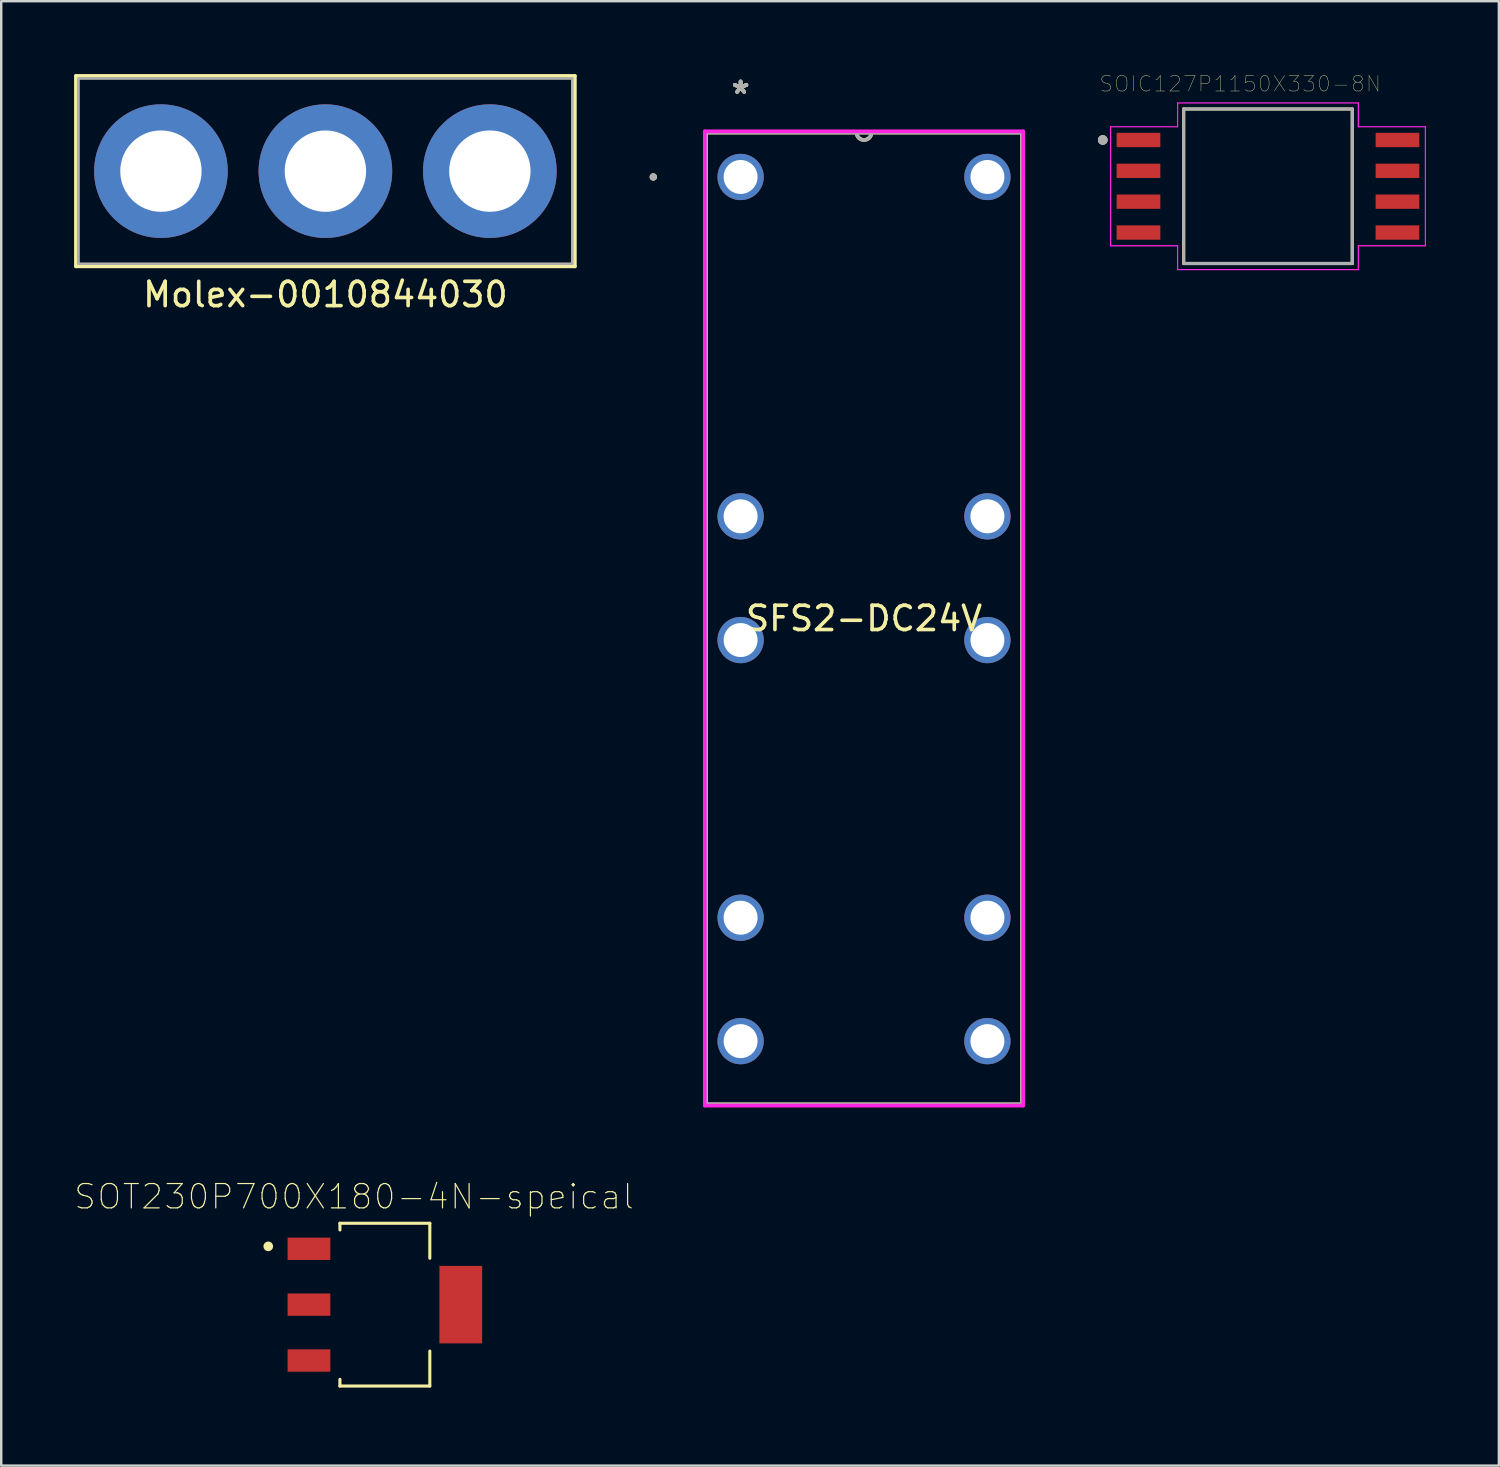
<source format=kicad_pcb>
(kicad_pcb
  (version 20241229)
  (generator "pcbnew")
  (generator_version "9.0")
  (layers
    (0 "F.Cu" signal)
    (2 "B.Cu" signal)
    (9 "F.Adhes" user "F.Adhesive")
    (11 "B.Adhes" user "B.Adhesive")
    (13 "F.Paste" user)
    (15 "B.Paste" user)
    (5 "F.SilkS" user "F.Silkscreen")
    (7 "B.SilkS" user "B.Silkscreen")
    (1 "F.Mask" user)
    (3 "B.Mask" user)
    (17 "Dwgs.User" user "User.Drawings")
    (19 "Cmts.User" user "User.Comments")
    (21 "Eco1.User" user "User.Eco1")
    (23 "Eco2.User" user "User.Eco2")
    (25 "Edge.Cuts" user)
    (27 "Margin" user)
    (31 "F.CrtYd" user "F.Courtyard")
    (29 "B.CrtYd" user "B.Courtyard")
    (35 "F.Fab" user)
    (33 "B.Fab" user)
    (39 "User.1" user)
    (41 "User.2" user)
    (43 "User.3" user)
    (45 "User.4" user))
  (footprint "SOT230P700X180-4N-speical"
    (layer "F.Cu")
    (at 12.793 50.656)
    (property "Reference" "SOT230P700X180-4N-speical" (at -1.27 -4.445 0) (layer "F.SilkS") (effects (font (size 1 1) (thickness 0.05))))
    (attr smd)
    (fp_line (start -1.85 -3.35) (end 1.85 -3.35) (stroke (width 0.127) (type solid)) (layer "F.SilkS"))
    (fp_line (start -1.85 -3.075) (end -1.85 -3.35) (stroke (width 0.127) (type solid)) (layer "F.SilkS"))
    (fp_line (start -1.85 3.35) (end -1.85 3.075) (stroke (width 0.127) (type solid)) (layer "F.SilkS"))
    (fp_line (start 1.85 -3.35) (end 1.85 -1.91) (stroke (width 0.127) (type solid)) (layer "F.SilkS"))
    (fp_line (start 1.85 1.91) (end 1.85 3.35) (stroke (width 0.127) (type solid)) (layer "F.SilkS"))
    (fp_line (start 1.85 3.35) (end -1.85 3.35) (stroke (width 0.127) (type solid)) (layer "F.SilkS"))
    (fp_circle (center -4.8 -2.4) (end -4.7 -2.4) (stroke (width 0.2) (type solid)) (fill no) (layer "F.SilkS"))
    (fp_line (start -4.26 -3.6) (end 4.26 -3.6) (stroke (width 0.05) (type solid)) (layer "Eco1.User"))
    (fp_line (start -4.26 3.6) (end -4.26 -3.6) (stroke (width 0.05) (type solid)) (layer "Eco1.User"))
    (fp_line (start 4.26 -3.6) (end 4.26 3.6) (stroke (width 0.05) (type solid)) (layer "Eco1.User"))
    (fp_line (start 4.26 3.6) (end -4.26 3.6) (stroke (width 0.05) (type solid)) (layer "Eco1.User"))
    (fp_line (start -1.85 -3.35) (end -1.85 3.35) (stroke (width 0.127) (type solid)) (layer "Eco2.User"))
    (fp_line (start -1.85 3.35) (end 1.85 3.35) (stroke (width 0.127) (type solid)) (layer "Eco2.User"))
    (fp_line (start 1.85 -3.35) (end -1.85 -3.35) (stroke (width 0.127) (type solid)) (layer "Eco2.User"))
    (fp_line (start 1.85 3.35) (end 1.85 -3.35) (stroke (width 0.127) (type solid)) (layer "Eco2.User"))
    (fp_circle (center -4.8 -2.4) (end -4.7 -2.4) (stroke (width 0.2) (type solid)) (fill no) (layer "Eco2.User"))
    (pad "1" smd rect (at -3.125 0) (size 1.76 0.92) (layers "F.Cu" "F.Mask" "F.Paste"))
    (pad "2" smd rect (at -3.125 -2.3) (size 1.76 0.92) (layers "F.Cu" "F.Mask" "F.Paste"))
    (pad "3" smd rect (at -3.125 2.3) (size 1.76 0.92) (layers "F.Cu" "F.Mask" "F.Paste"))
    (pad "4" smd rect (at 3.125 0) (size 1.76 3.19) (layers "F.Cu" "F.Mask" "F.Paste")))
  (footprint "Molex-0010844030"
    (layer "F.Cu")
    (at 10.345 3.995)
    (property "Reference" "Molex-0010844030" (at 0 5.08 0) (layer "F.SilkS") (effects (font (size 1 1) (thickness 0.15))))
    (attr through_hole)
    (fp_line (start -10.27 -3.92) (end 10.27 -3.92) (stroke (width 0.15) (type solid)) (layer "F.SilkS"))
    (fp_line (start -10.27 3.92) (end -10.27 -3.92) (stroke (width 0.15) (type solid)) (layer "F.SilkS"))
    (fp_line (start 10.27 -3.92) (end 10.27 3.92) (stroke (width 0.15) (type solid)) (layer "F.SilkS"))
    (fp_line (start 10.27 3.92) (end -10.27 3.92) (stroke (width 0.15) (type solid)) (layer "F.SilkS"))
    (fp_line (start -10.16 -3.81) (end 10.16 -3.81) (stroke (width 0.1) (type solid)) (layer "F.Fab"))
    (fp_line (start -10.16 3.81) (end -10.16 -3.81) (stroke (width 0.1) (type solid)) (layer "F.Fab"))
    (fp_line (start -10.16 3.81) (end 10.16 3.81) (stroke (width 0.1) (type solid)) (layer "F.Fab"))
    (fp_line (start 10.16 3.81) (end 10.16 -3.81) (stroke (width 0.1) (type solid)) (layer "F.Fab"))
    (pad "1" thru_hole circle (at -6.77 0) (size 5.5 5.5) (drill 3.35) (layers "*.Cu" "*.Mask"))
    (pad "2" thru_hole circle (at 0 0) (size 5.5 5.5) (drill 3.35) (layers "*.Cu" "*.Mask"))
    (pad "3" thru_hole circle (at 6.77 0) (size 5.5 5.5) (drill 3.35) (layers "*.Cu" "*.Mask")))
  (footprint "SFS2-DC24V"
    (layer "F.Cu")
    (at 32.517 22.409)
    (property "Reference" "SFS2-DC24V" (at 0 0 0) (layer "F.SilkS") (effects (font (size 1 1) (thickness 0.15))))
    (attr through_hole)
    (fp_line (start -6.502 -20.003) (end -6.502 20.003) (stroke (width 0.152) (type solid)) (layer "F.SilkS"))
    (fp_line (start -6.502 20.003) (end 6.502 20.003) (stroke (width 0.152) (type solid)) (layer "F.SilkS"))
    (fp_line (start 6.502 -20.003) (end -6.502 -20.003) (stroke (width 0.152) (type solid)) (layer "F.SilkS"))
    (fp_line (start 6.502 20.003) (end 6.502 -20.003) (stroke (width 0.152) (type solid)) (layer "F.SilkS"))
    (fp_arc (start 0.3048 -20.0025) (mid 0 -19.6977) (end -0.3048 -20.0025) (stroke (width 0.1524) (type solid)) (layer "F.SilkS"))
    (fp_circle (center -8.674 -18.174) (end -8.598 -18.174) (stroke (width 0.152) (type solid)) (fill no) (layer "F.SilkS"))
    (fp_line (start -6.553 -20.053) (end 6.553 -20.053) (stroke (width 0.152) (type solid)) (layer "F.CrtYd"))
    (fp_line (start -6.553 20.053) (end -6.553 -20.053) (stroke (width 0.152) (type solid)) (layer "F.CrtYd"))
    (fp_line (start 6.553 -20.053) (end 6.553 20.053) (stroke (width 0.152) (type solid)) (layer "F.CrtYd"))
    (fp_line (start 6.553 20.053) (end -6.553 20.053) (stroke (width 0.152) (type solid)) (layer "F.CrtYd"))
    (fp_line (start -6.502 -20.003) (end -6.502 20.003) (stroke (width 0.152) (type solid)) (layer "F.Fab"))
    (fp_line (start -6.502 20.003) (end 6.502 20.003) (stroke (width 0.152) (type solid)) (layer "F.Fab"))
    (fp_line (start 6.502 -20.003) (end -6.502 -20.003) (stroke (width 0.152) (type solid)) (layer "F.Fab"))
    (fp_line (start 6.502 20.003) (end 6.502 -20.003) (stroke (width 0.152) (type solid)) (layer "F.Fab"))
    (fp_arc (start 0.3048 -20.0025) (mid 0 -19.6977) (end -0.3048 -20.0025) (stroke (width 0.1524) (type solid)) (layer "F.Fab"))
    (fp_circle (center -8.674 -18.174) (end -8.598 -18.174) (stroke (width 0.152) (type solid)) (fill no) (layer "F.Fab"))
    (fp_text user "*" (at -5.08 -21.56 0) (layer "F.SilkS") (effects (font (size 1 1) (thickness 0.15))))
    (fp_text user "*" (at -5.08 -21.56 0) (layer "F.SilkS") (effects (font (size 1 1) (thickness 0.15))))
    (fp_text user "Copyright 2016 Accelerated Designs. All rights reserved." (at 0 0 0) (layer "Cmts.User") (effects (font (size 0.127 0.127) (thickness 0.002))))
    (fp_text user "*" (at -5.08 -21.56 0) (layer "F.Fab") (effects (font (size 1 1) (thickness 0.15))))
    (fp_text user "*" (at -5.08 -21.56 0) (layer "F.Fab") (effects (font (size 1 1) (thickness 0.15))))
    (pad "1" thru_hole circle (at -5.08 -18.174) (size 1.905 1.905) (drill 1.397) (layers "*.Cu" "*.Mask"))
    (pad "2" thru_hole circle (at -5.08 -4.204) (size 1.905 1.905) (drill 1.397) (layers "*.Cu" "*.Mask"))
    (pad "3" thru_hole circle (at -5.08 0.889) (size 1.905 1.905) (drill 1.397) (layers "*.Cu" "*.Mask"))
    (pad "4" thru_hole circle (at -5.08 12.319) (size 1.905 1.905) (drill 1.397) (layers "*.Cu" "*.Mask"))
    (pad "5" thru_hole circle (at -5.08 17.399) (size 1.905 1.905) (drill 1.397) (layers "*.Cu" "*.Mask"))
    (pad "6" thru_hole circle (at 5.08 17.399) (size 1.905 1.905) (drill 1.397) (layers "*.Cu" "*.Mask"))
    (pad "7" thru_hole circle (at 5.08 12.319) (size 1.905 1.905) (drill 1.397) (layers "*.Cu" "*.Mask"))
    (pad "8" thru_hole circle (at 5.08 0.889) (size 1.905 1.905) (drill 1.397) (layers "*.Cu" "*.Mask"))
    (pad "9" thru_hole circle (at 5.08 -4.204) (size 1.905 1.905) (drill 1.397) (layers "*.Cu" "*.Mask"))
    (pad "10" thru_hole circle (at 5.08 -18.174) (size 1.905 1.905) (drill 1.397) (layers "*.Cu" "*.Mask")))
  (footprint "SOIC127P1150X330-8N"
    (layer "F.Cu")
    (at 49.146 4.617)
    (property "Reference" "SOIC127P1150X330-8N" (at -1.143 -4.216 0) (layer "F.SilkS") (effects (font (size 0.64 0.64) (thickness 0.015))))
    (attr through_hole)
    (fp_line (start -3.47 -3.18) (end -3.47 3.18) (stroke (width 0.127) (type solid)) (layer "F.SilkS"))
    (fp_line (start -3.47 3.18) (end 3.47 3.18) (stroke (width 0.127) (type solid)) (layer "F.SilkS"))
    (fp_line (start 3.47 -3.18) (end -3.47 -3.18) (stroke (width 0.127) (type solid)) (layer "F.SilkS"))
    (fp_line (start 3.47 3.18) (end 3.47 -3.18) (stroke (width 0.127) (type solid)) (layer "F.SilkS"))
    (fp_circle (center -6.8 -1.905) (end -6.7 -1.905) (stroke (width 0.2) (type solid)) (fill no) (layer "F.SilkS"))
    (fp_line (start -6.48 -2.45) (end -3.72 -2.45) (stroke (width 0.05) (type solid)) (layer "F.CrtYd"))
    (fp_line (start -6.48 2.45) (end -6.48 -2.45) (stroke (width 0.05) (type solid)) (layer "F.CrtYd"))
    (fp_line (start -6.48 2.45) (end -3.72 2.45) (stroke (width 0.05) (type solid)) (layer "F.CrtYd"))
    (fp_line (start -3.72 -3.43) (end -3.72 -2.45) (stroke (width 0.05) (type solid)) (layer "F.CrtYd"))
    (fp_line (start -3.72 -3.43) (end 3.72 -3.43) (stroke (width 0.05) (type solid)) (layer "F.CrtYd"))
    (fp_line (start -3.72 3.43) (end -3.72 2.45) (stroke (width 0.05) (type solid)) (layer "F.CrtYd"))
    (fp_line (start 3.72 -3.43) (end 3.72 -2.45) (stroke (width 0.05) (type solid)) (layer "F.CrtYd"))
    (fp_line (start 3.72 3.43) (end -3.72 3.43) (stroke (width 0.05) (type solid)) (layer "F.CrtYd"))
    (fp_line (start 3.72 3.43) (end 3.72 2.45) (stroke (width 0.05) (type solid)) (layer "F.CrtYd"))
    (fp_line (start 6.48 -2.45) (end 3.72 -2.45) (stroke (width 0.05) (type solid)) (layer "F.CrtYd"))
    (fp_line (start 6.48 -2.45) (end 6.48 2.45) (stroke (width 0.05) (type solid)) (layer "F.CrtYd"))
    (fp_line (start 6.48 2.45) (end 3.72 2.45) (stroke (width 0.05) (type solid)) (layer "F.CrtYd"))
    (fp_line (start -3.47 -3.18) (end -3.47 3.18) (stroke (width 0.127) (type solid)) (layer "F.Fab"))
    (fp_line (start -3.47 3.18) (end 3.47 3.18) (stroke (width 0.127) (type solid)) (layer "F.Fab"))
    (fp_line (start 3.47 -3.18) (end -3.47 -3.18) (stroke (width 0.127) (type solid)) (layer "F.Fab"))
    (fp_line (start 3.47 3.18) (end 3.47 -3.18) (stroke (width 0.127) (type solid)) (layer "F.Fab"))
    (fp_circle (center -6.8 -1.905) (end -6.7 -1.905) (stroke (width 0.2) (type solid)) (fill no) (layer "F.Fab"))
    (pad "1" smd rect (at -5.33 -1.905) (size 1.8 0.59) (layers "F.Cu" "F.Mask" "F.Paste"))
    (pad "2" smd rect (at -5.33 -0.635) (size 1.8 0.59) (layers "F.Cu" "F.Mask" "F.Paste"))
    (pad "3" smd rect (at -5.33 0.635) (size 1.8 0.59) (layers "F.Cu" "F.Mask" "F.Paste"))
    (pad "4" smd rect (at -5.33 1.905) (size 1.8 0.59) (layers "F.Cu" "F.Mask" "F.Paste"))
    (pad "5" smd rect (at 5.33 1.905) (size 1.8 0.59) (layers "F.Cu" "F.Mask" "F.Paste"))
    (pad "6" smd rect (at 5.33 0.635) (size 1.8 0.59) (layers "F.Cu" "F.Mask" "F.Paste"))
    (pad "7" smd rect (at 5.33 -0.635) (size 1.8 0.59) (layers "F.Cu" "F.Mask" "F.Paste"))
    (pad "8" smd rect (at 5.33 -1.905) (size 1.8 0.59) (layers "F.Cu" "F.Mask" "F.Paste")))
  (gr_rect
    (start -3 -3)
    (end 58.651 57.281)
    (stroke (width 0.1) (type default))
    (fill no)
    (layer "Edge.Cuts")))
</source>
